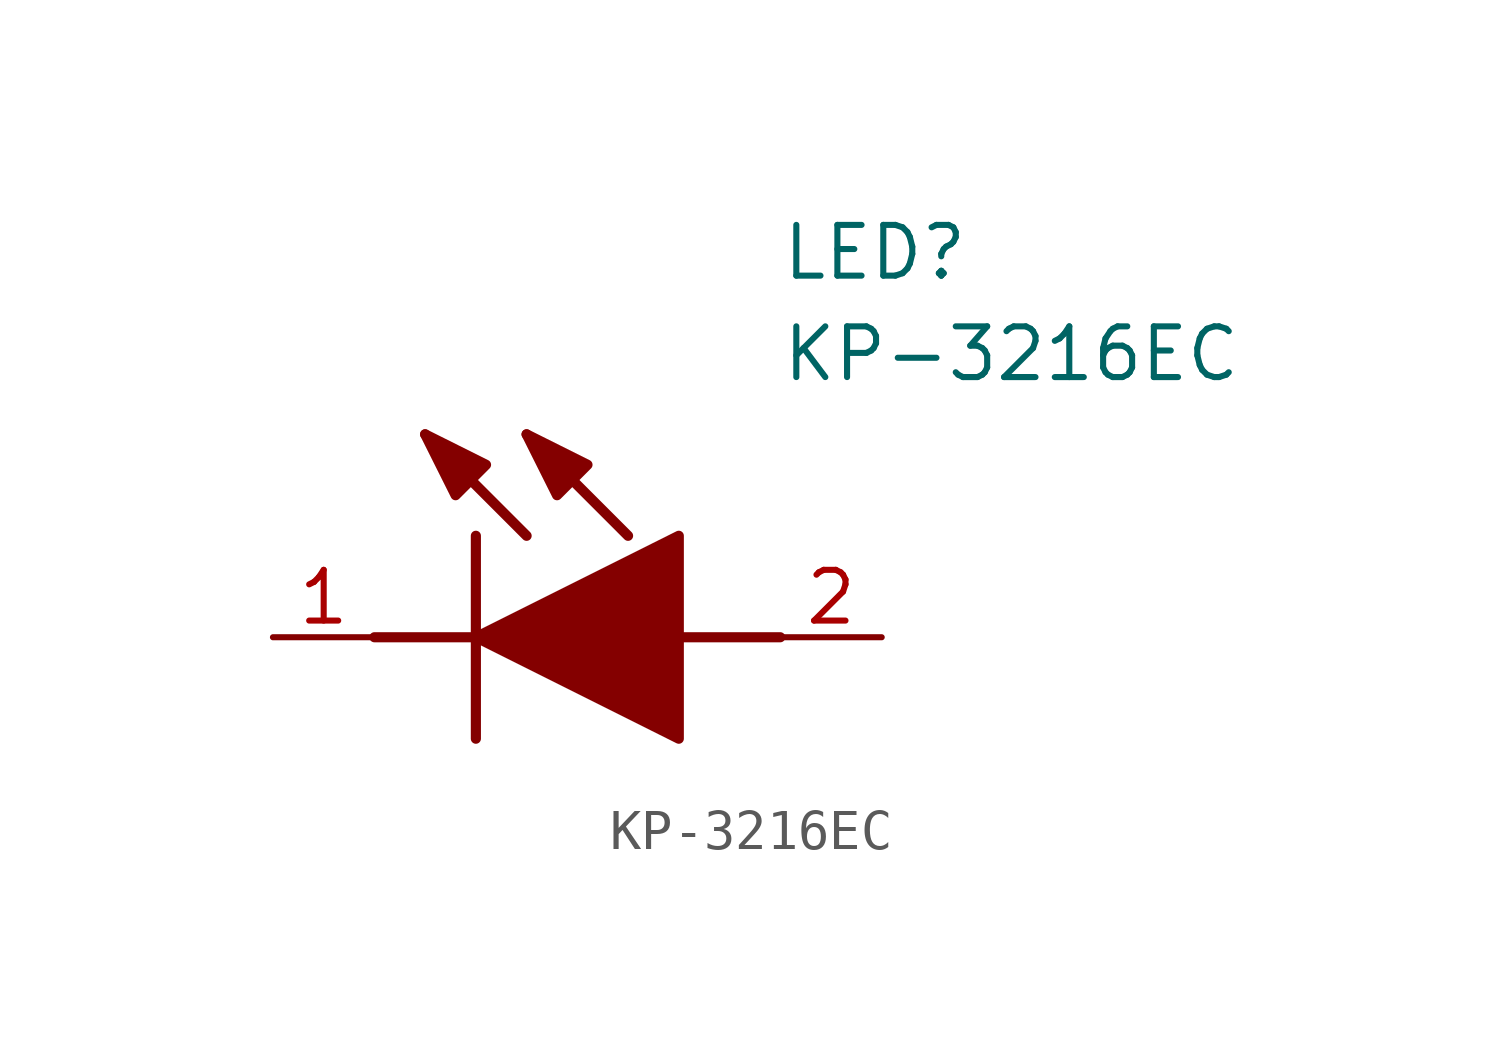
<source format=kicad_sym>
(kicad_symbol_lib
  (version 20211014)
  (generator SamacSys_ECAD_Model)
  (symbol "KP-3216EC"
    (pin_names hide)
    (property "Reference" "LED"
      (at 12.7 8.89 0)
      (effects (font (size 1.27 1.27)) (justify left bottom)))
    (property "Value" "KP-3216EC"
      (at 12.7 6.35 0)
      (effects (font (size 1.27 1.27)) (justify left bottom)))
    (polyline
      (pts (xy 5.08 2.54) (xy 5.08 -2.54))
      (stroke (width 0.254) (type default))
      (fill (type none)))
    (polyline
      (pts (xy 6.35 2.54) (xy 3.81 5.08))
      (stroke (width 0.254) (type default))
      (fill (type none)))
    (polyline
      (pts (xy 8.89 2.54) (xy 6.35 5.08))
      (stroke (width 0.254) (type default))
      (fill (type none)))
    (polyline
      (pts (xy 2.54 0) (xy 5.08 0))
      (stroke (width 0.254) (type default))
      (fill (type none)))
    (polyline
      (pts (xy 10.16 0) (xy 12.7 0))
      (stroke (width 0.254) (type default))
      (fill (type none)))
    (polyline
      (pts (xy 5.08 0) (xy 10.16 2.54) (xy 10.16 -2.54) (xy 5.08 0))
      (stroke (width 0.254) (type default))
      (fill (type outline)))
    (polyline
      (pts (xy 5.334 4.318) (xy 4.572 3.556) (xy 3.81 5.08) (xy 5.334 4.318))
      (stroke (width 0.254) (type default))
      (fill (type outline)))
    (polyline
      (pts (xy 7.874 4.318) (xy 7.112 3.556) (xy 6.35 5.08) (xy 7.874 4.318))
      (stroke (width 0.254) (type default))
      (fill (type outline)))
    (pin passive line
      (at 0 0 0)
      (length 2.54)
      (name "K" (effects (font (size 1.27 1.27))))
      (number "1" (effects (font (size 1.27 1.27)))))
    (pin passive line
      (at 15.24 0 180)
      (length 2.54)
      (name "A" (effects (font (size 1.27 1.27))))
      (number "2" (effects (font (size 1.27 1.27)))))))
</source>
